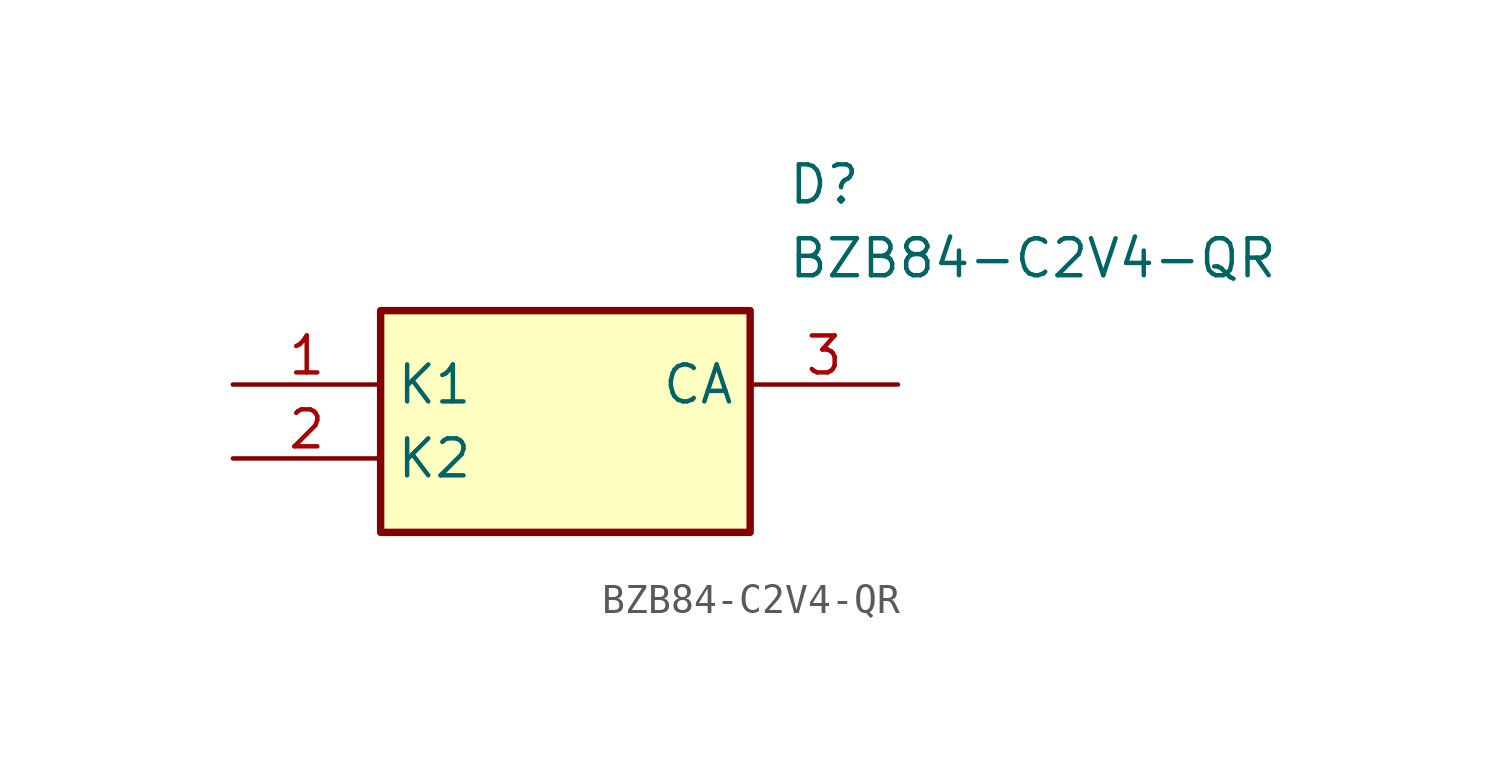
<source format=kicad_sym>
(kicad_symbol_lib
  (version 20211014)
  (generator SamacSys_ECAD_Model)
  (symbol "BZB84-C2V4-QR"
    (property "Reference" "D"
      (at 19.05 7.62 0)
      (effects (font (size 1.27 1.27)) (justify left top)))
    (property "Value" "BZB84-C2V4-QR"
      (at 19.05 5.08 0)
      (effects (font (size 1.27 1.27)) (justify left top)))
    (rectangle
      (start 5.08 2.54)
      (end 17.78 -5.08)
      (stroke (width 0.254) (type default))
      (fill (type background)))
    (pin passive line
      (at 0 0 0)
      (length 5.08)
      (name "K1" (effects (font (size 1.27 1.27))))
      (number "1" (effects (font (size 1.27 1.27)))))
    (pin passive line
      (at 0 -2.54 0)
      (length 5.08)
      (name "K2" (effects (font (size 1.27 1.27))))
      (number "2" (effects (font (size 1.27 1.27)))))
    (pin passive line
      (at 22.86 0 180)
      (length 5.08)
      (name "CA" (effects (font (size 1.27 1.27))))
      (number "3" (effects (font (size 1.27 1.27)))))))
</source>
